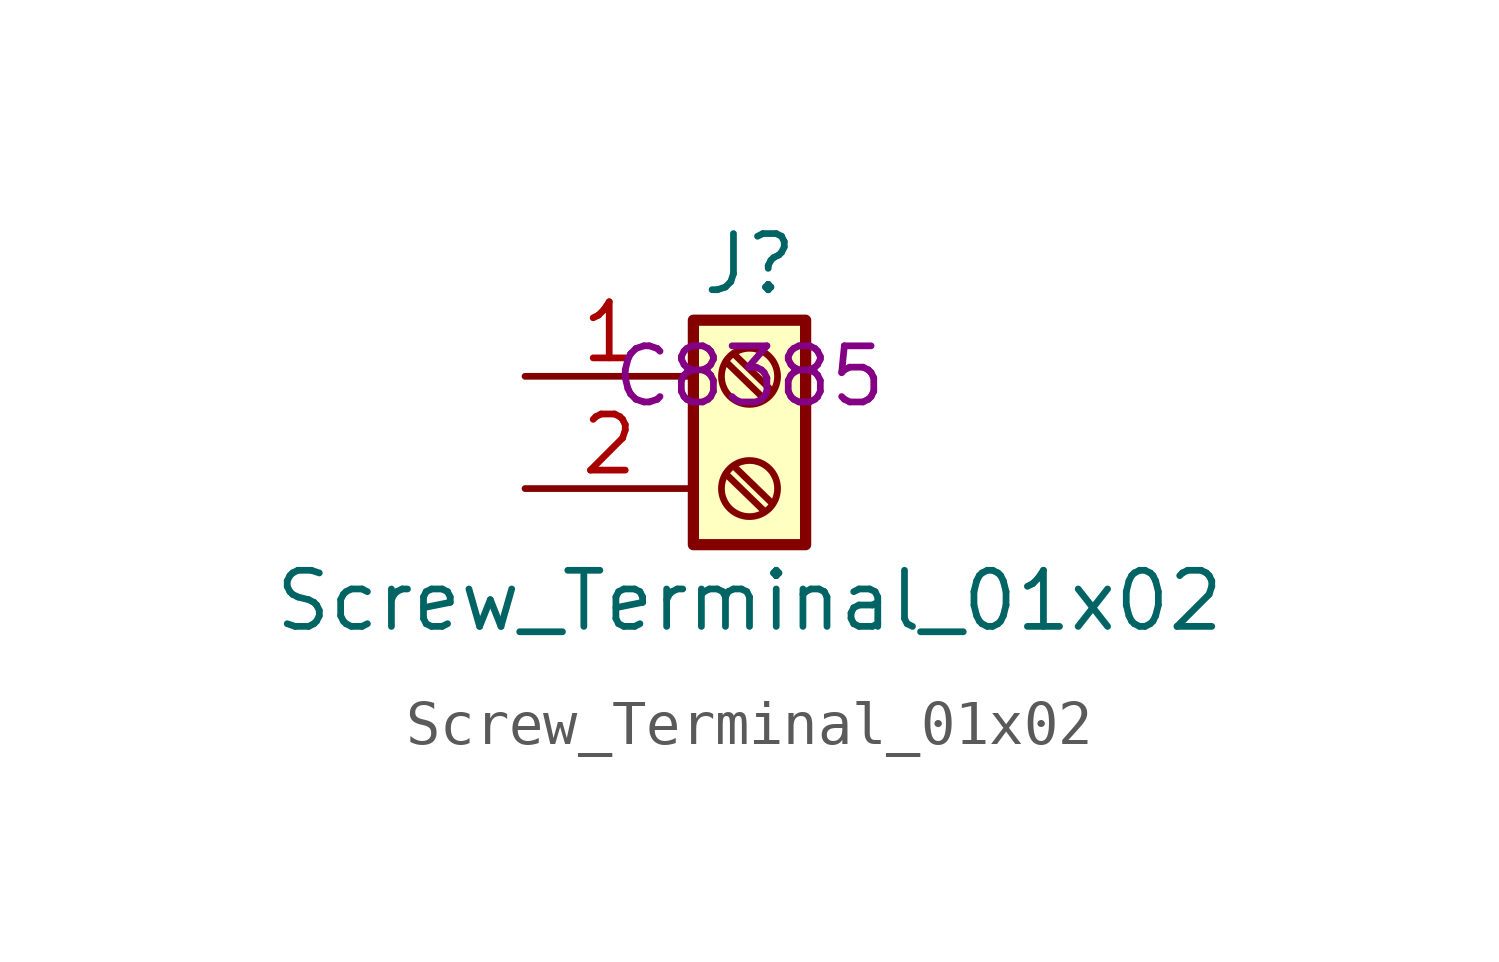
<source format=kicad_sym>
(kicad_symbol_lib
  (version 20220914)
  (generator kicad_symbol_editor)
  (symbol "Screw_Terminal_01x02"
    (pin_names
      (offset 1.016) hide)
    (property "Reference" "J"
      (at 0 2.54 0)
      (effects (font (size 1.27 1.27))))
    (property "Value" "Screw_Terminal_01x02"
      (at 0 -5.08 0)
      (effects (font (size 1.27 1.27))))
    (property "MPN" "C8385"
      (at 0 0 0)
      (effects (font (size 1.27 1.27))))
    (symbol "Screw_Terminal_01x02_1_1"
      (rectangle (start -1.27 1.27) (end 1.27 -3.81) (stroke (width 0.254) (type default)) (fill (type background)))
      (circle (center 0 -2.54) (radius 0.635) (stroke (width 0.152) (type default)) (fill (type none)))
      (polyline (pts (xy -0.533 -2.21) (xy 0.33 -3.048)) (stroke (width 0.152) (type default)) (fill (type none)))
      (polyline (pts (xy -0.533 0.33) (xy 0.33 -0.508)) (stroke (width 0.152) (type default)) (fill (type none)))
      (polyline (pts (xy -0.356 -2.032) (xy 0.508 -2.87)) (stroke (width 0.152) (type default)) (fill (type none)))
      (polyline (pts (xy -0.356 0.508) (xy 0.508 -0.33)) (stroke (width 0.152) (type default)) (fill (type none)))
      (circle (center 0 0) (radius 0.635) (stroke (width 0.152) (type default)) (fill (type none)))
      (pin passive line (at -5.08 0 0) (length 3.81) (name "Pin_1" (effects (font (size 1.27 1.27)))) (number "1" (effects (font (size 1.27 1.27)))))
      (pin passive line (at -5.08 -2.54 0) (length 3.81) (name "Pin_2" (effects (font (size 1.27 1.27)))) (number "2" (effects (font (size 1.27 1.27))))))))
</source>
